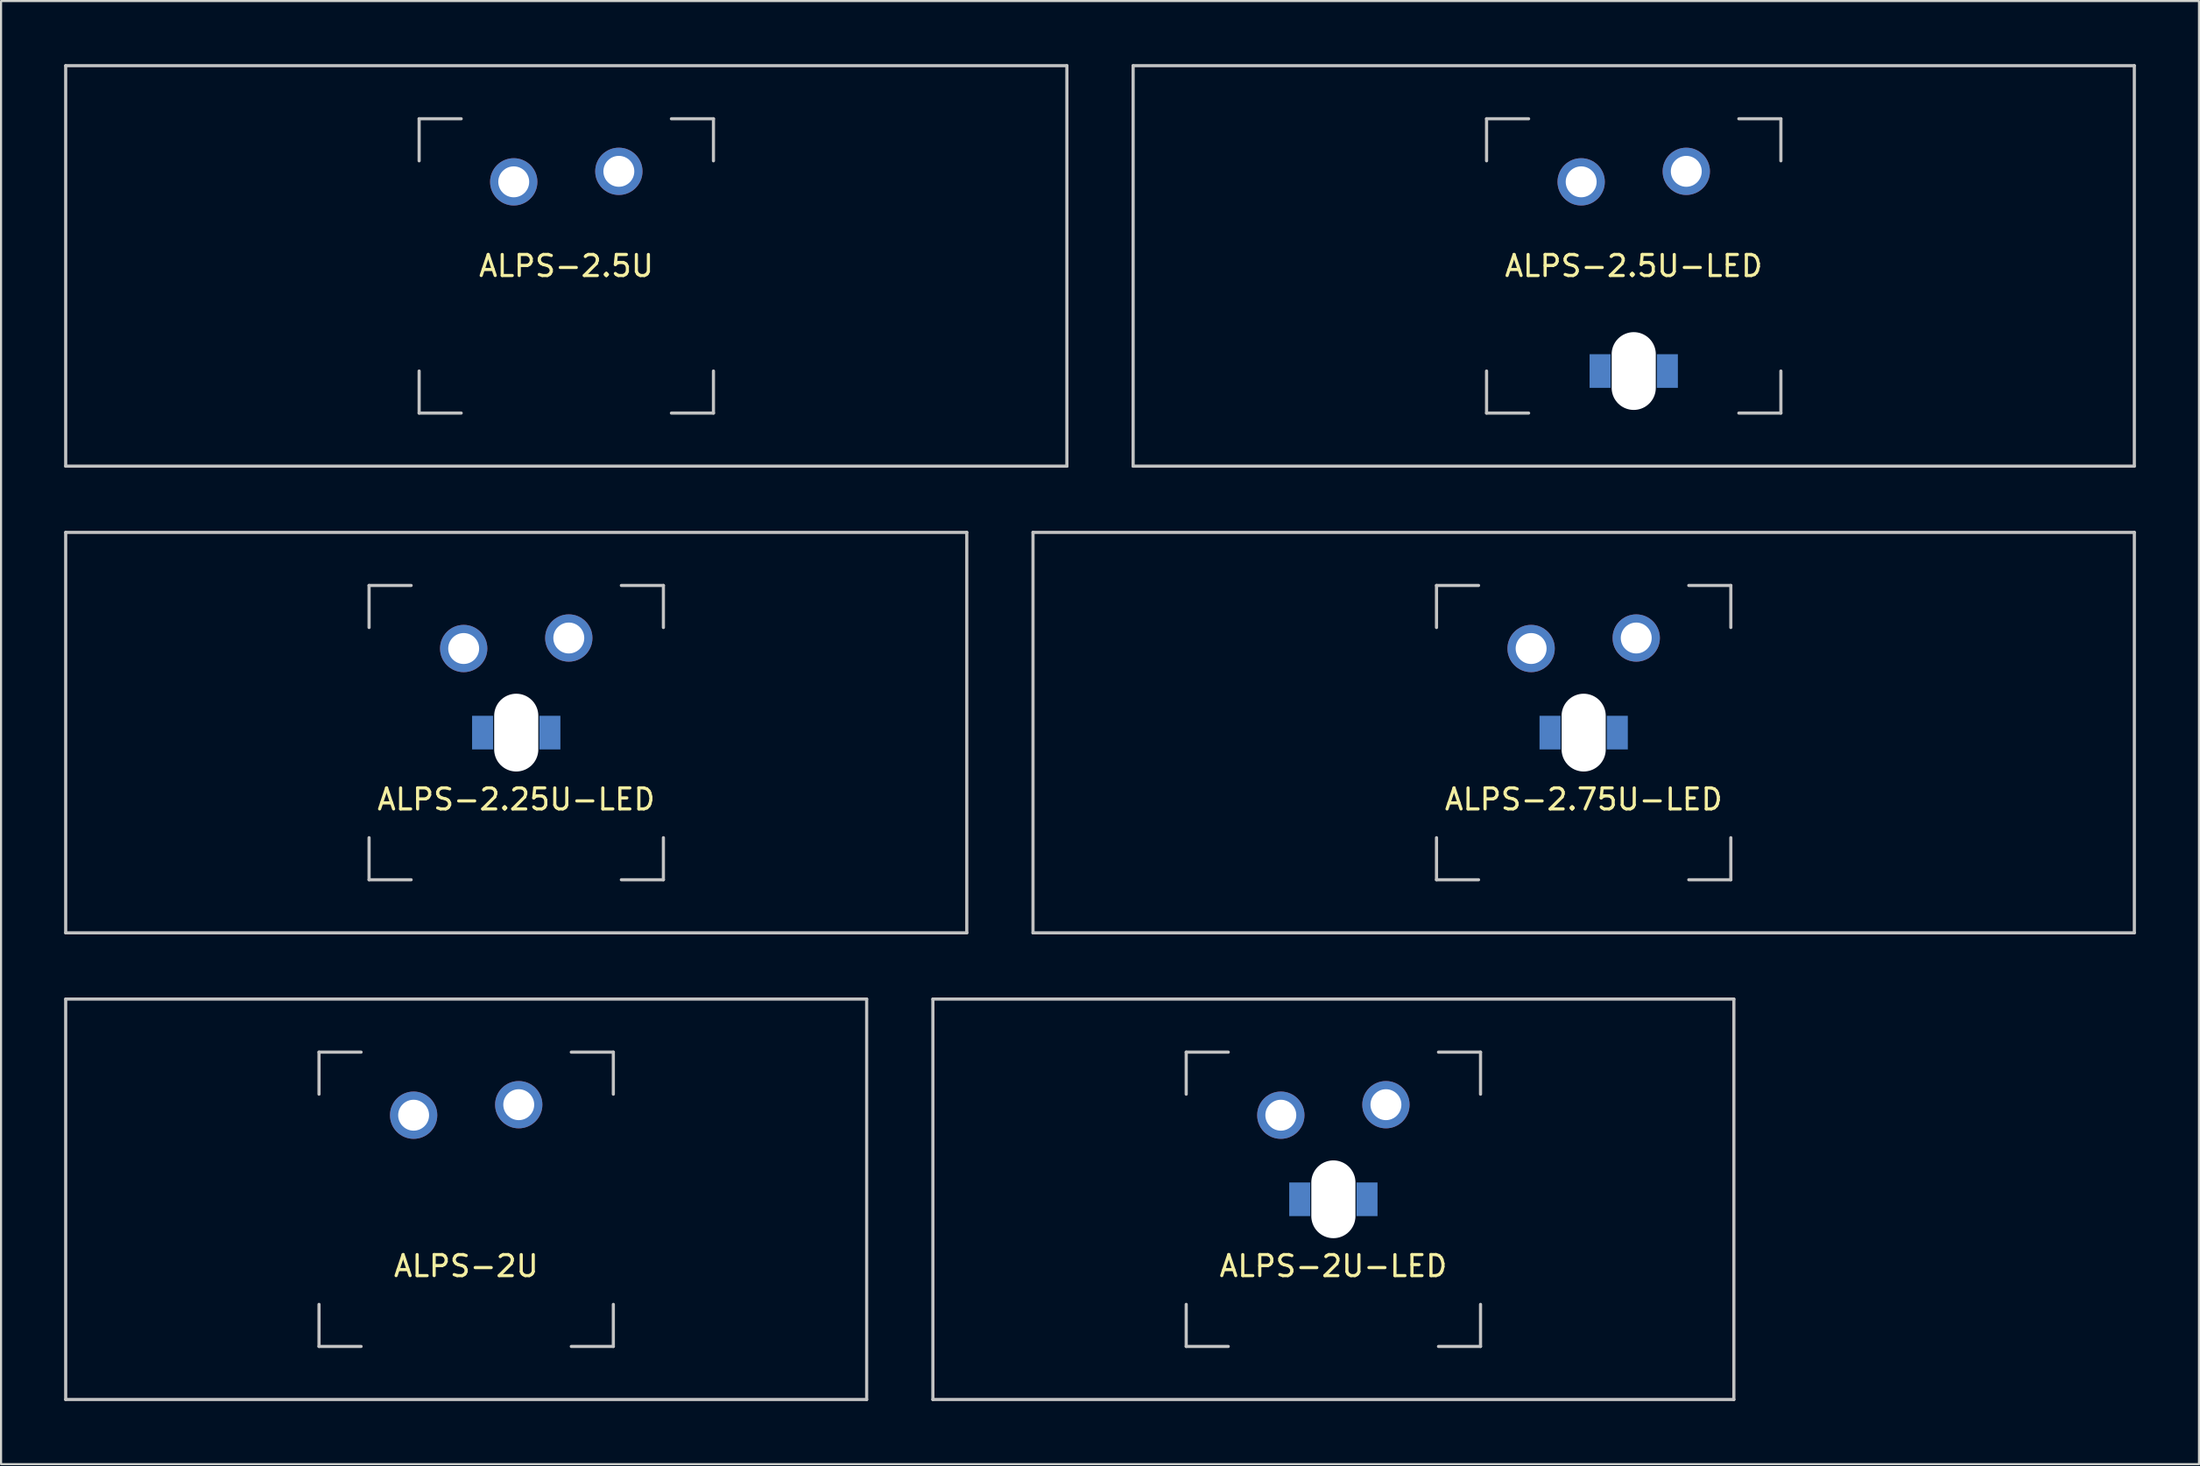
<source format=kicad_pcb>
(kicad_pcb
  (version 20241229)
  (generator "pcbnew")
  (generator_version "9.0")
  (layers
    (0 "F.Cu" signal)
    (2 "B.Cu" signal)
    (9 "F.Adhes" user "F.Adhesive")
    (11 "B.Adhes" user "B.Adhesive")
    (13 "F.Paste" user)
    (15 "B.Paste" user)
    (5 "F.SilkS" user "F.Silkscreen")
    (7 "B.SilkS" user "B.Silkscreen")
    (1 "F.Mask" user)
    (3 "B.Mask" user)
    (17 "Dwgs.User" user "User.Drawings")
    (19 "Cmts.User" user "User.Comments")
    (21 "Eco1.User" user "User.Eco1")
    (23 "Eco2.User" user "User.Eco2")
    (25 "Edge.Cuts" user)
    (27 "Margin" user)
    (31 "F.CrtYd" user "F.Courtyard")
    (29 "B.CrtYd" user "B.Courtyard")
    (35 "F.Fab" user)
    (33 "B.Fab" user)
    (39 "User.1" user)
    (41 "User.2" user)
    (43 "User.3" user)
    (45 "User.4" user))
  (footprint "ALPS-2.5U-LED"
    (layer "F.Cu")
    (at 74.662 9.6)
    (property "Reference" "ALPS-2.5U-LED" (at 0 0 0) (layer "F.SilkS") (effects (font (size 1 1) (thickness 0.15))))
    (attr through_hole)
    (fp_line (start -23.812 -9.525) (end 23.812 -9.525) (stroke (width 0.15) (type solid)) (layer "Dwgs.User"))
    (fp_line (start -23.812 9.525) (end -23.812 -9.525) (stroke (width 0.15) (type solid)) (layer "Dwgs.User"))
    (fp_line (start -23.812 9.525) (end 23.812 9.525) (stroke (width 0.15) (type solid)) (layer "Dwgs.User"))
    (fp_line (start -7 -7) (end -7 -5) (stroke (width 0.15) (type solid)) (layer "Dwgs.User"))
    (fp_line (start -7 5) (end -7 7) (stroke (width 0.15) (type solid)) (layer "Dwgs.User"))
    (fp_line (start -7 7) (end -5 7) (stroke (width 0.15) (type solid)) (layer "Dwgs.User"))
    (fp_line (start -5 -7) (end -7 -7) (stroke (width 0.15) (type solid)) (layer "Dwgs.User"))
    (fp_line (start 5 -7) (end 7 -7) (stroke (width 0.15) (type solid)) (layer "Dwgs.User"))
    (fp_line (start 5 7) (end 7 7) (stroke (width 0.15) (type solid)) (layer "Dwgs.User"))
    (fp_line (start 7 -7) (end 7 -5) (stroke (width 0.15) (type solid)) (layer "Dwgs.User"))
    (fp_line (start 7 7) (end 7 5) (stroke (width 0.15) (type solid)) (layer "Dwgs.User"))
    (fp_line (start 23.812 -9.525) (end 23.812 9.525) (stroke (width 0.15) (type solid)) (layer "Dwgs.User"))
    (pad "" np_thru_hole oval (at 0 5) (size 2.1 3.7) (drill oval 2.1 3.7) (layers "*.Cu" "*.Mask"))
    (pad "1" thru_hole circle (at -2.5 -4) (size 2.25 2.25) (drill 1.47) (layers "*.Cu" "*.Mask"))
    (pad "2" thru_hole circle (at 2.5 -4.5) (size 2.25 2.25) (drill 1.47) (layers "*.Cu" "*.Mask"))
    (pad "3" smd rect (at -1.6 5) (size 1 1.6) (layers "B.Cu" "B.Mask" "B.Paste"))
    (pad "4" smd rect (at 1.6 5) (size 1 1.6) (layers "B.Cu" "B.Mask" "B.Paste")))
  (footprint "ALPS-2U-LED"
    (layer "F.Cu")
    (at 60.375 54)
    (property "Reference" "ALPS-2U-LED" (at 0 3.175 0) (layer "F.SilkS") (effects (font (size 1 1) (thickness 0.15))))
    (attr through_hole)
    (fp_line (start -19.05 -9.525) (end 19.05 -9.525) (stroke (width 0.15) (type solid)) (layer "Dwgs.User"))
    (fp_line (start -19.05 9.525) (end -19.05 -9.525) (stroke (width 0.15) (type solid)) (layer "Dwgs.User"))
    (fp_line (start -19.05 9.525) (end 19.05 9.525) (stroke (width 0.15) (type solid)) (layer "Dwgs.User"))
    (fp_line (start -7 -7) (end -7 -5) (stroke (width 0.15) (type solid)) (layer "Dwgs.User"))
    (fp_line (start -7 5) (end -7 7) (stroke (width 0.15) (type solid)) (layer "Dwgs.User"))
    (fp_line (start -7 7) (end -5 7) (stroke (width 0.15) (type solid)) (layer "Dwgs.User"))
    (fp_line (start -5 -7) (end -7 -7) (stroke (width 0.15) (type solid)) (layer "Dwgs.User"))
    (fp_line (start 5 -7) (end 7 -7) (stroke (width 0.15) (type solid)) (layer "Dwgs.User"))
    (fp_line (start 5 7) (end 7 7) (stroke (width 0.15) (type solid)) (layer "Dwgs.User"))
    (fp_line (start 7 -7) (end 7 -5) (stroke (width 0.15) (type solid)) (layer "Dwgs.User"))
    (fp_line (start 7 7) (end 7 5) (stroke (width 0.15) (type solid)) (layer "Dwgs.User"))
    (fp_line (start 19.05 -9.525) (end 19.05 9.525) (stroke (width 0.15) (type solid)) (layer "Dwgs.User"))
    (pad "" np_thru_hole oval (at 0 0) (size 2.1 3.7) (drill oval 2.1 3.7) (layers "*.Cu" "*.Mask"))
    (pad "1" thru_hole circle (at -2.5 -4) (size 2.25 2.25) (drill 1.47) (layers "*.Cu" "*.Mask"))
    (pad "2" thru_hole circle (at 2.5 -4.5) (size 2.25 2.25) (drill 1.47) (layers "*.Cu" "*.Mask"))
    (pad "3" smd rect (at -1.6 0) (size 1 1.6) (layers "B.Cu" "B.Mask" "B.Paste"))
    (pad "4" smd rect (at 1.6 0) (size 1 1.6) (layers "B.Cu" "B.Mask" "B.Paste")))
  (footprint "ALPS-2.75U-LED"
    (layer "F.Cu")
    (at 72.281 31.8)
    (property "Reference" "ALPS-2.75U-LED" (at 0 3.175 0) (layer "F.SilkS") (effects (font (size 1 1) (thickness 0.15))))
    (attr through_hole)
    (fp_line (start -26.194 -9.525) (end 26.194 -9.525) (stroke (width 0.15) (type solid)) (layer "Dwgs.User"))
    (fp_line (start -26.194 9.525) (end -26.194 -9.525) (stroke (width 0.15) (type solid)) (layer "Dwgs.User"))
    (fp_line (start -26.194 9.525) (end 26.194 9.525) (stroke (width 0.15) (type solid)) (layer "Dwgs.User"))
    (fp_line (start -7 -7) (end -7 -5) (stroke (width 0.15) (type solid)) (layer "Dwgs.User"))
    (fp_line (start -7 5) (end -7 7) (stroke (width 0.15) (type solid)) (layer "Dwgs.User"))
    (fp_line (start -7 7) (end -5 7) (stroke (width 0.15) (type solid)) (layer "Dwgs.User"))
    (fp_line (start -5 -7) (end -7 -7) (stroke (width 0.15) (type solid)) (layer "Dwgs.User"))
    (fp_line (start 5 -7) (end 7 -7) (stroke (width 0.15) (type solid)) (layer "Dwgs.User"))
    (fp_line (start 5 7) (end 7 7) (stroke (width 0.15) (type solid)) (layer "Dwgs.User"))
    (fp_line (start 7 -7) (end 7 -5) (stroke (width 0.15) (type solid)) (layer "Dwgs.User"))
    (fp_line (start 7 7) (end 7 5) (stroke (width 0.15) (type solid)) (layer "Dwgs.User"))
    (fp_line (start 26.194 -9.525) (end 26.194 9.525) (stroke (width 0.15) (type solid)) (layer "Dwgs.User"))
    (pad "" np_thru_hole oval (at 0 0) (size 2.1 3.7) (drill oval 2.1 3.7) (layers "*.Cu" "*.Mask"))
    (pad "1" thru_hole circle (at -2.5 -4) (size 2.25 2.25) (drill 1.47) (layers "*.Cu" "*.Mask"))
    (pad "2" thru_hole circle (at 2.5 -4.5) (size 2.25 2.25) (drill 1.47) (layers "*.Cu" "*.Mask"))
    (pad "3" smd rect (at -1.6 0) (size 1 1.6) (layers "F.Mask" "B.Cu" "F.Paste"))
    (pad "4" smd rect (at 1.6 0) (size 1 1.6) (layers "F.Mask" "B.Cu" "F.Paste")))
  (footprint "ALPS-2.25U-LED"
    (layer "F.Cu")
    (at 21.506 31.8)
    (property "Reference" "ALPS-2.25U-LED" (at 0 3.175 0) (layer "F.SilkS") (effects (font (size 1 1) (thickness 0.15))))
    (attr through_hole)
    (fp_line (start -21.431 -9.525) (end 21.431 -9.525) (stroke (width 0.15) (type solid)) (layer "Dwgs.User"))
    (fp_line (start -21.431 9.525) (end -21.431 -9.525) (stroke (width 0.15) (type solid)) (layer "Dwgs.User"))
    (fp_line (start -21.431 9.525) (end 21.431 9.525) (stroke (width 0.15) (type solid)) (layer "Dwgs.User"))
    (fp_line (start -7 -7) (end -7 -5) (stroke (width 0.15) (type solid)) (layer "Dwgs.User"))
    (fp_line (start -7 5) (end -7 7) (stroke (width 0.15) (type solid)) (layer "Dwgs.User"))
    (fp_line (start -7 7) (end -5 7) (stroke (width 0.15) (type solid)) (layer "Dwgs.User"))
    (fp_line (start -5 -7) (end -7 -7) (stroke (width 0.15) (type solid)) (layer "Dwgs.User"))
    (fp_line (start 5 -7) (end 7 -7) (stroke (width 0.15) (type solid)) (layer "Dwgs.User"))
    (fp_line (start 5 7) (end 7 7) (stroke (width 0.15) (type solid)) (layer "Dwgs.User"))
    (fp_line (start 7 -7) (end 7 -5) (stroke (width 0.15) (type solid)) (layer "Dwgs.User"))
    (fp_line (start 7 7) (end 7 5) (stroke (width 0.15) (type solid)) (layer "Dwgs.User"))
    (fp_line (start 21.431 -9.525) (end 21.431 9.525) (stroke (width 0.15) (type solid)) (layer "Dwgs.User"))
    (pad "" np_thru_hole oval (at 0 0) (size 2.1 3.7) (drill oval 2.1 3.7) (layers "*.Cu" "*.Mask"))
    (pad "1" thru_hole circle (at -2.5 -4) (size 2.25 2.25) (drill 1.47) (layers "*.Cu" "*.Mask"))
    (pad "2" thru_hole circle (at 2.5 -4.5) (size 2.25 2.25) (drill 1.47) (layers "*.Cu" "*.Mask"))
    (pad "3" smd rect (at -1.6 0) (size 1 1.6) (layers "F.Mask" "B.Cu" "F.Paste"))
    (pad "4" smd rect (at 1.6 0) (size 1 1.6) (layers "F.Mask" "B.Cu" "F.Paste")))
  (footprint "ALPS-2U"
    (layer "F.Cu")
    (at 19.125 54)
    (property "Reference" "ALPS-2U" (at 0 3.175 0) (layer "F.SilkS") (effects (font (size 1 1) (thickness 0.15))))
    (attr through_hole)
    (fp_line (start -19.05 -9.525) (end 19.05 -9.525) (stroke (width 0.15) (type solid)) (layer "Dwgs.User"))
    (fp_line (start -19.05 9.525) (end -19.05 -9.525) (stroke (width 0.15) (type solid)) (layer "Dwgs.User"))
    (fp_line (start -19.05 9.525) (end 19.05 9.525) (stroke (width 0.15) (type solid)) (layer "Dwgs.User"))
    (fp_line (start -7 -7) (end -7 -5) (stroke (width 0.15) (type solid)) (layer "Dwgs.User"))
    (fp_line (start -7 5) (end -7 7) (stroke (width 0.15) (type solid)) (layer "Dwgs.User"))
    (fp_line (start -7 7) (end -5 7) (stroke (width 0.15) (type solid)) (layer "Dwgs.User"))
    (fp_line (start -5 -7) (end -7 -7) (stroke (width 0.15) (type solid)) (layer "Dwgs.User"))
    (fp_line (start 5 -7) (end 7 -7) (stroke (width 0.15) (type solid)) (layer "Dwgs.User"))
    (fp_line (start 5 7) (end 7 7) (stroke (width 0.15) (type solid)) (layer "Dwgs.User"))
    (fp_line (start 7 -7) (end 7 -5) (stroke (width 0.15) (type solid)) (layer "Dwgs.User"))
    (fp_line (start 7 7) (end 7 5) (stroke (width 0.15) (type solid)) (layer "Dwgs.User"))
    (fp_line (start 19.05 -9.525) (end 19.05 9.525) (stroke (width 0.15) (type solid)) (layer "Dwgs.User"))
    (pad "1" thru_hole circle (at -2.5 -4) (size 2.25 2.25) (drill 1.47) (layers "*.Cu" "*.Mask"))
    (pad "2" thru_hole circle (at 2.5 -4.5) (size 2.25 2.25) (drill 1.47) (layers "*.Cu" "*.Mask")))
  (footprint "ALPS-2.5U"
    (layer "F.Cu")
    (at 23.887 9.6)
    (property "Reference" "ALPS-2.5U" (at 0 0 0) (layer "F.SilkS") (effects (font (size 1 1) (thickness 0.15))))
    (attr through_hole)
    (fp_line (start -23.812 -9.525) (end 23.812 -9.525) (stroke (width 0.15) (type solid)) (layer "Dwgs.User"))
    (fp_line (start -23.812 9.525) (end -23.812 -9.525) (stroke (width 0.15) (type solid)) (layer "Dwgs.User"))
    (fp_line (start -23.812 9.525) (end 23.812 9.525) (stroke (width 0.15) (type solid)) (layer "Dwgs.User"))
    (fp_line (start -7 -7) (end -7 -5) (stroke (width 0.15) (type solid)) (layer "Dwgs.User"))
    (fp_line (start -7 5) (end -7 7) (stroke (width 0.15) (type solid)) (layer "Dwgs.User"))
    (fp_line (start -7 7) (end -5 7) (stroke (width 0.15) (type solid)) (layer "Dwgs.User"))
    (fp_line (start -5 -7) (end -7 -7) (stroke (width 0.15) (type solid)) (layer "Dwgs.User"))
    (fp_line (start 5 -7) (end 7 -7) (stroke (width 0.15) (type solid)) (layer "Dwgs.User"))
    (fp_line (start 5 7) (end 7 7) (stroke (width 0.15) (type solid)) (layer "Dwgs.User"))
    (fp_line (start 7 -7) (end 7 -5) (stroke (width 0.15) (type solid)) (layer "Dwgs.User"))
    (fp_line (start 7 7) (end 7 5) (stroke (width 0.15) (type solid)) (layer "Dwgs.User"))
    (fp_line (start 23.812 -9.525) (end 23.812 9.525) (stroke (width 0.15) (type solid)) (layer "Dwgs.User"))
    (pad "1" thru_hole circle (at -2.5 -4) (size 2.25 2.25) (drill 1.47) (layers "*.Cu" "*.Mask"))
    (pad "2" thru_hole circle (at 2.5 -4.5) (size 2.25 2.25) (drill 1.47) (layers "*.Cu" "*.Mask")))
  (gr_rect
    (start -3 -3)
    (end 101.55 66.6)
    (stroke (width 0.1) (type default))
    (fill no)
    (layer "Edge.Cuts")))
</source>
